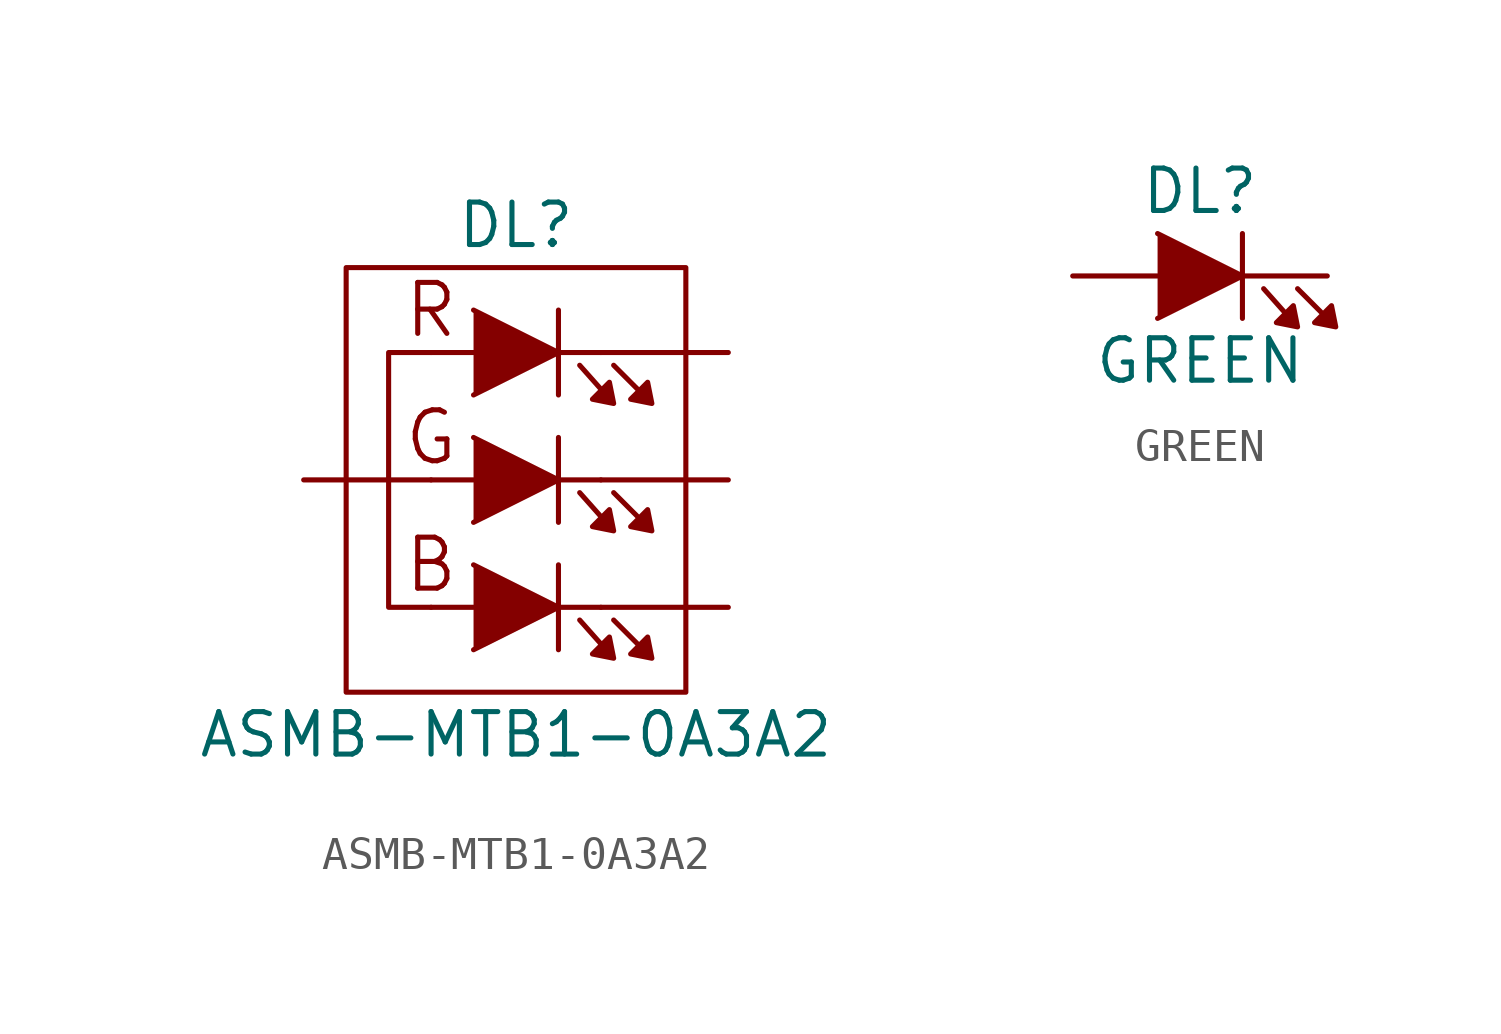
<source format=kicad_sym>
(kicad_symbol_lib
  (version 20201005)
  (generator kicad_symbol_editor)
  (symbol "ASMB-MTB1-0A3A2"
    (pin_numbers hide)
    (pin_names
      (offset 1.016) hide)
    (property "Reference" "DL"
      (at 0 7.62 0)
      (effects (font (size 1.27 1.27))))
    (property "Value" "ASMB-MTB1-0A3A2"
      (at 0 -7.62 0)
      (effects (font (size 1.27 1.27))))
    (symbol "ASMB-MTB1-0A3A2_0_0"
      (text "B" (at -2.54 -2.54 0) (effects (font (size 1.524 1.524))))
      (text "G" (at -2.54 1.27 0) (effects (font (size 1.524 1.524))))
      (text "R" (at -2.54 5.08 0) (effects (font (size 1.524 1.524)))))
    (symbol "ASMB-MTB1-0A3A2_0_1"
      (rectangle (start -5.08 6.35) (end 5.08 -6.35) (stroke (width 0)) (fill (type none)))
      (polyline (pts (xy -2.54 -3.81) (xy -1.27 -3.81)) (stroke (width 0)) (fill (type none)))
      (polyline (pts (xy -2.54 0) (xy -1.27 0)) (stroke (width 0)) (fill (type none)))
      (polyline (pts (xy -2.54 3.81) (xy -1.27 3.81)) (stroke (width 0)) (fill (type none)))
      (polyline (pts (xy 1.27 -2.54) (xy 1.27 -5.08)) (stroke (width 0)) (fill (type none)))
      (polyline (pts (xy 1.27 1.27) (xy 1.27 -1.27)) (stroke (width 0)) (fill (type none)))
      (polyline (pts (xy 1.27 3.81) (xy 2.54 3.81)) (stroke (width 0)) (fill (type none)))
      (polyline (pts (xy 1.27 5.08) (xy 1.27 2.54)) (stroke (width 0)) (fill (type none)))
      (polyline (pts (xy 2.54 -3.81) (xy 1.27 -3.81)) (stroke (width 0)) (fill (type none)))
      (polyline (pts (xy 2.54 0) (xy 1.27 0)) (stroke (width 0)) (fill (type none)))
      (polyline (pts (xy -1.27 -2.54) (xy 1.27 -3.81) (xy -1.27 -5.08)) (stroke (width 0)) (fill (type outline)))
      (polyline (pts (xy -1.27 1.27) (xy 1.27 0) (xy -1.27 -1.27)) (stroke (width 0)) (fill (type outline)))
      (polyline (pts (xy -1.27 5.08) (xy 1.27 3.81) (xy -1.27 2.54)) (stroke (width 0)) (fill (type outline)))
      (polyline (pts (xy -2.54 3.81) (xy -3.81 3.81) (xy -3.81 0) (xy -3.81 -3.81) (xy -2.54 -3.81)) (stroke (width 0)) (fill (type none)))
      (polyline (pts (xy 1.905 -4.191) (xy 2.921 -5.334) (xy 2.794 -4.699) (xy 2.286 -5.207) (xy 2.921 -5.334)) (stroke (width 0)) (fill (type outline)))
      (polyline (pts (xy 1.905 -0.381) (xy 2.921 -1.524) (xy 2.794 -0.889) (xy 2.286 -1.397) (xy 2.921 -1.524)) (stroke (width 0)) (fill (type outline)))
      (polyline (pts (xy 1.905 3.429) (xy 2.921 2.286) (xy 2.794 2.921) (xy 2.286 2.413) (xy 2.921 2.286)) (stroke (width 0)) (fill (type outline)))
      (polyline (pts (xy 2.921 -4.191) (xy 4.064 -5.334) (xy 3.937 -4.699) (xy 3.429 -5.207) (xy 4.064 -5.334)) (stroke (width 0)) (fill (type outline)))
      (polyline (pts (xy 2.921 -0.381) (xy 4.064 -1.524) (xy 3.937 -0.889) (xy 3.429 -1.397) (xy 4.064 -1.524)) (stroke (width 0)) (fill (type outline)))
      (polyline (pts (xy 2.921 3.429) (xy 4.064 2.286) (xy 3.937 2.921) (xy 3.429 2.413) (xy 4.064 2.286)) (stroke (width 0)) (fill (type outline))))
    (symbol "ASMB-MTB1-0A3A2_1_1"
      (pin passive line (at 6.35 3.81 180) (length 3.81) (name "RK" (effects (font (size 1.016 1.016)))) (number "1" (effects (font (size 1.016 1.016)))))
      (pin passive line (at 6.35 0 180) (length 3.81) (name "GK" (effects (font (size 1.016 1.016)))) (number "2" (effects (font (size 1.016 1.016)))))
      (pin passive line (at 6.35 -3.81 180) (length 3.81) (name "BK" (effects (font (size 1.016 1.016)))) (number "3" (effects (font (size 1.016 1.016)))))
      (pin passive line (at -6.35 0 0) (length 3.81) (name "A" (effects (font (size 1.016 1.016)))) (number "4" (effects (font (size 1.016 1.016)))))))
  (symbol "GREEN"
    (pin_numbers hide)
    (pin_names
      (offset 1.016) hide)
    (property "Reference" "DL"
      (at 0 2.54 0)
      (effects (font (size 1.27 1.27))))
    (property "Value" "GREEN"
      (at 0 -2.54 0)
      (effects (font (size 1.27 1.27))))
    (symbol "GREEN_0_1"
      (polyline (pts (xy 1.27 1.27) (xy 1.27 -1.27)) (stroke (width 0)) (fill (type none)))
      (polyline (pts (xy -1.27 1.27) (xy 1.27 0) (xy -1.27 -1.27)) (stroke (width 0)) (fill (type outline)))
      (polyline (pts (xy 1.905 -0.381) (xy 2.921 -1.524) (xy 2.794 -0.889) (xy 2.286 -1.397) (xy 2.921 -1.524)) (stroke (width 0)) (fill (type outline)))
      (polyline (pts (xy 2.921 -0.381) (xy 4.064 -1.524) (xy 3.937 -0.889) (xy 3.429 -1.397) (xy 4.064 -1.524)) (stroke (width 0)) (fill (type outline))))
    (symbol "GREEN_1_1"
      (pin passive line (at -3.81 0 0) (length 2.54) (name "A" (effects (font (size 1.016 1.016)))) (number "1" (effects (font (size 1.016 1.016)))))
      (pin passive line (at 3.81 0 180) (length 2.54) (name "K" (effects (font (size 1.016 1.016)))) (number "2" (effects (font (size 1.016 1.016))))))))
</source>
